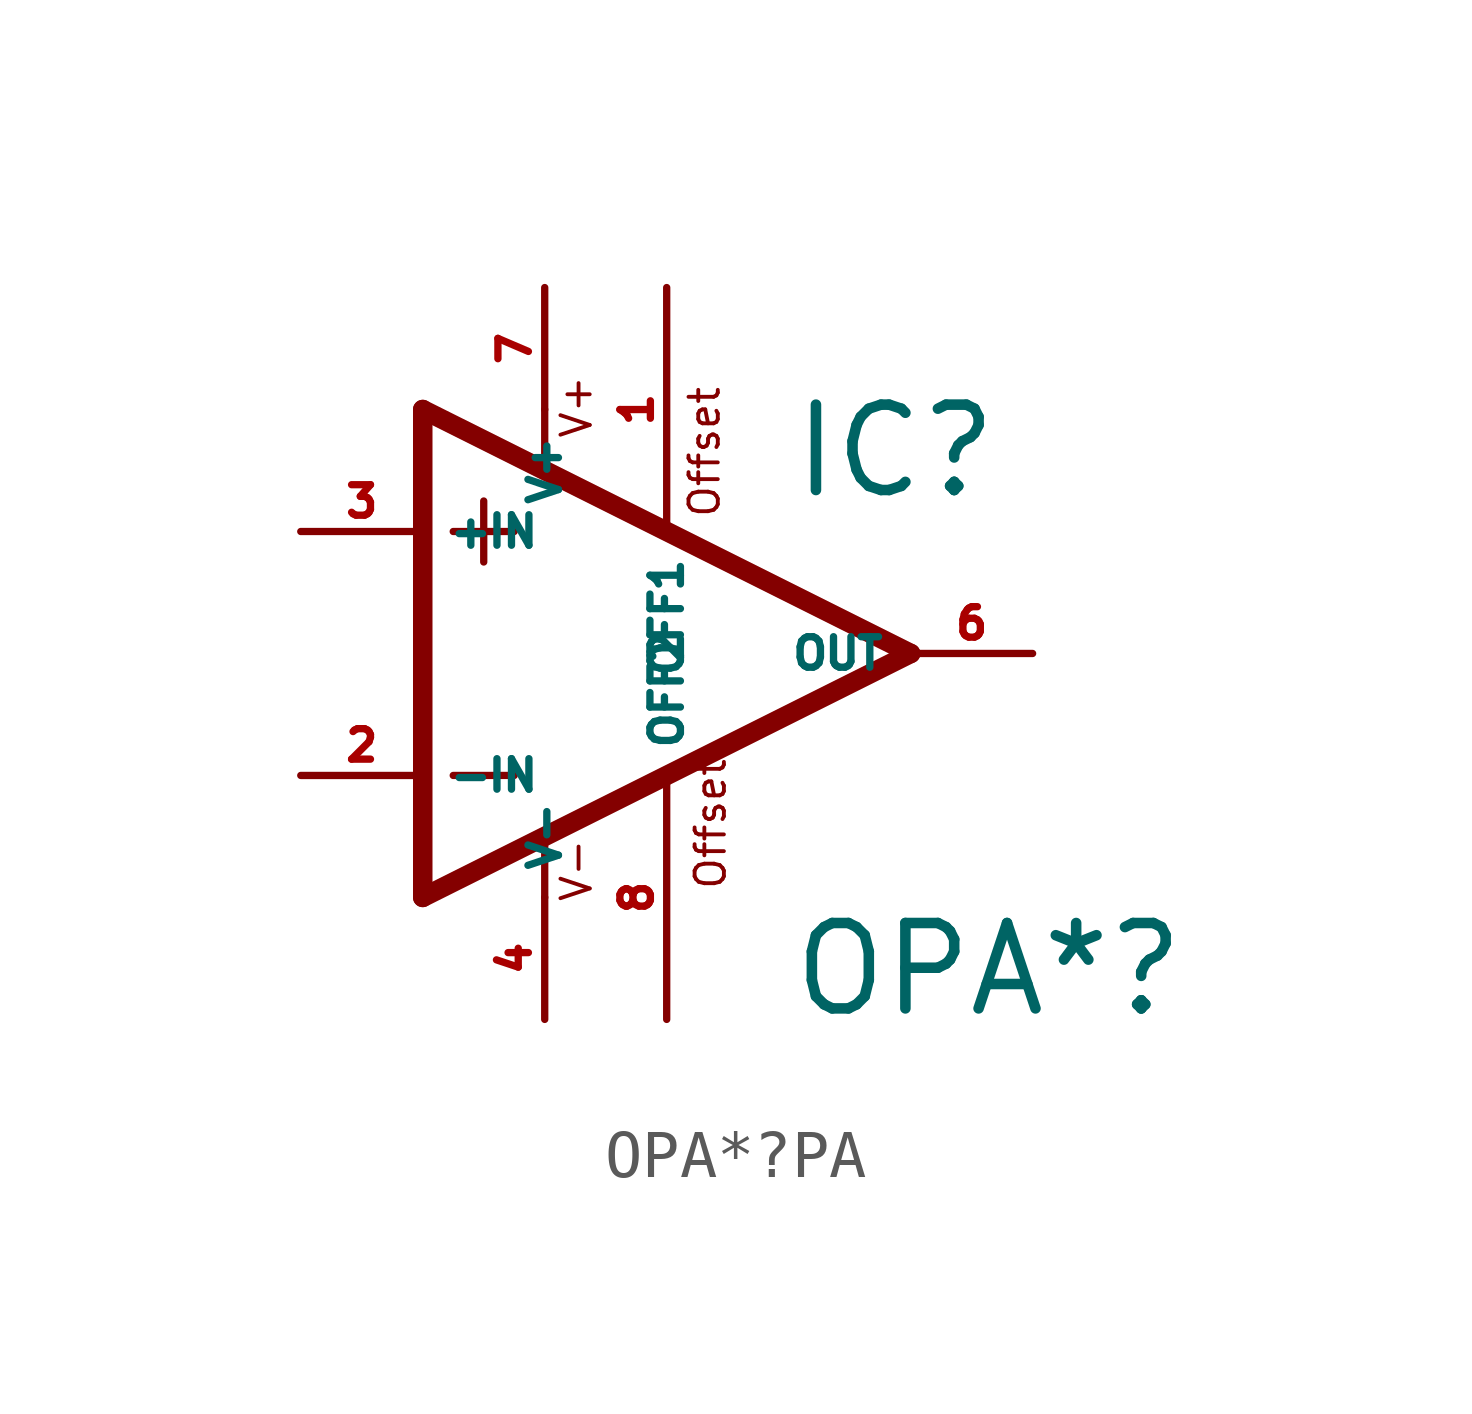
<source format=kicad_sym>
(kicad_symbol_lib
  (version 20220914)
  (generator Eagle2Kicad)
  (symbol "OPA*?PA"
    (property "Reference" "IC"
      (at 2.54 3.175 0)
      (effects (font (size 1.778 1.778) (thickness 0.22)) (justify left bottom)))
    (property "Value" "OPA*?"
      (at 2.54 -7.62 0)
      (effects (font (size 1.778 1.778) (thickness 0.22)) (justify left bottom)))
    (polyline
      (pts (xy -2.54 5.08) (xy -2.54 3.886))
      (stroke (width 0.152) (type default))
      (fill (type none)))
    (polyline
      (pts (xy -5.08 5.08) (xy -5.08 -5.08))
      (stroke (width 0.406) (type default))
      (fill (type none)))
    (polyline
      (pts (xy -5.08 -5.08) (xy 5.08 0))
      (stroke (width 0.406) (type default))
      (fill (type none)))
    (polyline
      (pts (xy 5.08 0) (xy -5.08 5.08))
      (stroke (width 0.406) (type default))
      (fill (type none)))
    (polyline
      (pts (xy -3.81 3.175) (xy -3.81 1.905))
      (stroke (width 0.152) (type default))
      (fill (type none)))
    (polyline
      (pts (xy -4.445 2.54) (xy -3.175 2.54))
      (stroke (width 0.152) (type default))
      (fill (type none)))
    (polyline
      (pts (xy -4.445 -2.54) (xy -3.175 -2.54))
      (stroke (width 0.152) (type default))
      (fill (type none)))
    (polyline
      (pts (xy -2.54 -3.886) (xy -2.54 -5.08))
      (stroke (width 0.152) (type default))
      (fill (type none)))
    (text "Offset"
      (at 1.27 -4.953 900)
      (effects (font (size 0.61 0.61) (thickness 0.08)) (justify left bottom)))
    (text "Offset"
      (at 1.143 2.794 900)
      (effects (font (size 0.61 0.61) (thickness 0.08)) (justify left bottom)))
    (text "V+"
      (at -1.524 4.445 900)
      (effects (font (size 0.61 0.61) (thickness 0.08)) (justify left bottom)))
    (text "V-"
      (at -1.524 -5.207 900)
      (effects (font (size 0.61 0.61) (thickness 0.08)) (justify left bottom)))
    (pin passive line
      (at 0 -7.62 90)
      (length 5.08)
      (name "OFF2" (effects (font (size 0.635 0.635) (thickness 0.08)) (justify left bottom)))
      (number "8" (effects (font (size 0.635 0.635) (thickness 0.08)) (justify left bottom))))
    (pin input line
      (at -7.62 -2.54 0)
      (length 2.54)
      (name "-IN" (effects (font (size 0.635 0.635) (thickness 0.08)) (justify left bottom)))
      (number "2" (effects (font (size 0.635 0.635) (thickness 0.08)) (justify left bottom))))
    (pin input line
      (at -7.62 2.54 0)
      (length 2.54)
      (name "+IN" (effects (font (size 0.635 0.635) (thickness 0.08)) (justify left bottom)))
      (number "3" (effects (font (size 0.635 0.635) (thickness 0.08)) (justify left bottom))))
    (pin passive line
      (at 0 7.62 270)
      (length 5.08)
      (name "OFF1" (effects (font (size 0.635 0.635) (thickness 0.08)) (justify left bottom)))
      (number "1" (effects (font (size 0.635 0.635) (thickness 0.08)) (justify left bottom))))
    (pin output line
      (at 7.62 0 180)
      (length 2.54)
      (name "OUT" (effects (font (size 0.635 0.635) (thickness 0.08)) (justify left bottom)))
      (number "6" (effects (font (size 0.635 0.635) (thickness 0.08)) (justify left bottom))))
    (pin unspecified line
      (at -2.54 7.62 270)
      (length 2.54)
      (name "V+" (effects (font (size 0.635 0.635) (thickness 0.08)) (justify left bottom)))
      (number "7" (effects (font (size 0.635 0.635) (thickness 0.08)) (justify left bottom))))
    (pin unspecified line
      (at -2.54 -7.62 90)
      (length 2.54)
      (name "V-" (effects (font (size 0.635 0.635) (thickness 0.08)) (justify left bottom)))
      (number "4" (effects (font (size 0.635 0.635) (thickness 0.08)) (justify left bottom))))))
</source>
